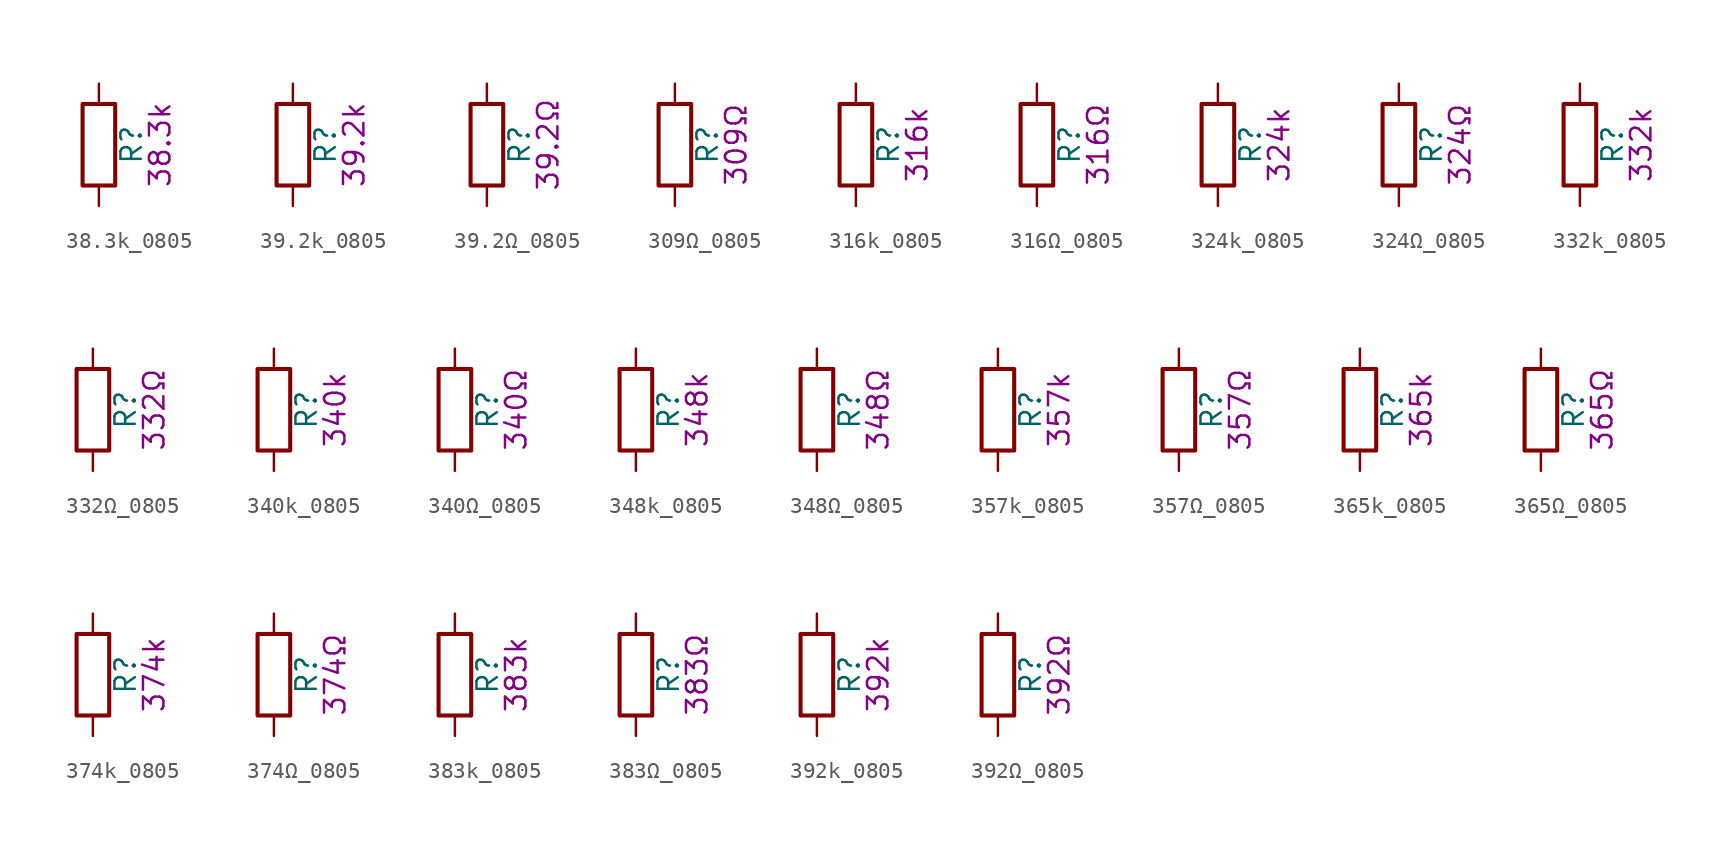
<source format=kicad_sym>
(kicad_symbol_lib
  (version 20211014)
  (generator kicad_symbol_editor)
  (symbol "38.3k_0805"
    (pin_numbers hide)
    (pin_names
      (offset 0))
    (property "Reference" "R"
      (at 2.032 0 90)
      (effects (font (size 1.27 1.27))))
    (property "Display" "38.3k"
      (at 3.81 0 90)
      (effects (font (size 1.27 1.27))))
    (symbol "38.3k_0805_0_1"
      (rectangle (start -1.016 -2.54) (end 1.016 2.54) (stroke (width 0.254) (type default) (color 0 0 0 0)) (fill (type none))))
    (symbol "38.3k_0805_1_1"
      (pin passive line (at 0 3.81 270) (length 1.27) (name "~" (effects (font (size 1.27 1.27)))) (number "1" (effects (font (size 1.27 1.27)))))
      (pin passive line (at 0 -3.81 90) (length 1.27) (name "~" (effects (font (size 1.27 1.27)))) (number "2" (effects (font (size 1.27 1.27)))))))
  (symbol "39.2k_0805"
    (pin_numbers hide)
    (pin_names
      (offset 0))
    (property "Reference" "R"
      (at 2.032 0 90)
      (effects (font (size 1.27 1.27))))
    (property "Display" "39.2k"
      (at 3.81 0 90)
      (effects (font (size 1.27 1.27))))
    (symbol "39.2k_0805_0_1"
      (rectangle (start -1.016 -2.54) (end 1.016 2.54) (stroke (width 0.254) (type default) (color 0 0 0 0)) (fill (type none))))
    (symbol "39.2k_0805_1_1"
      (pin passive line (at 0 3.81 270) (length 1.27) (name "~" (effects (font (size 1.27 1.27)))) (number "1" (effects (font (size 1.27 1.27)))))
      (pin passive line (at 0 -3.81 90) (length 1.27) (name "~" (effects (font (size 1.27 1.27)))) (number "2" (effects (font (size 1.27 1.27)))))))
  (symbol "39.2Ω_0805"
    (pin_numbers hide)
    (pin_names
      (offset 0))
    (property "Reference" "R"
      (at 2.032 0 90)
      (effects (font (size 1.27 1.27))))
    (property "Display" "39.2Ω"
      (at 3.81 0 90)
      (effects (font (size 1.27 1.27))))
    (symbol "39.2Ω_0805_0_1"
      (rectangle (start -1.016 -2.54) (end 1.016 2.54) (stroke (width 0.254) (type default) (color 0 0 0 0)) (fill (type none))))
    (symbol "39.2Ω_0805_1_1"
      (pin passive line (at 0 3.81 270) (length 1.27) (name "~" (effects (font (size 1.27 1.27)))) (number "1" (effects (font (size 1.27 1.27)))))
      (pin passive line (at 0 -3.81 90) (length 1.27) (name "~" (effects (font (size 1.27 1.27)))) (number "2" (effects (font (size 1.27 1.27)))))))
  (symbol "309Ω_0805"
    (pin_numbers hide)
    (pin_names
      (offset 0))
    (property "Reference" "R"
      (at 2.032 0 90)
      (effects (font (size 1.27 1.27))))
    (property "Display" "309Ω"
      (at 3.81 0 90)
      (effects (font (size 1.27 1.27))))
    (symbol "309Ω_0805_0_1"
      (rectangle (start -1.016 -2.54) (end 1.016 2.54) (stroke (width 0.254) (type default) (color 0 0 0 0)) (fill (type none))))
    (symbol "309Ω_0805_1_1"
      (pin passive line (at 0 3.81 270) (length 1.27) (name "~" (effects (font (size 1.27 1.27)))) (number "1" (effects (font (size 1.27 1.27)))))
      (pin passive line (at 0 -3.81 90) (length 1.27) (name "~" (effects (font (size 1.27 1.27)))) (number "2" (effects (font (size 1.27 1.27)))))))
  (symbol "316k_0805"
    (pin_numbers hide)
    (pin_names
      (offset 0))
    (property "Reference" "R"
      (at 2.032 0 90)
      (effects (font (size 1.27 1.27))))
    (property "Display" "316k"
      (at 3.81 0 90)
      (effects (font (size 1.27 1.27))))
    (symbol "316k_0805_0_1"
      (rectangle (start -1.016 -2.54) (end 1.016 2.54) (stroke (width 0.254) (type default) (color 0 0 0 0)) (fill (type none))))
    (symbol "316k_0805_1_1"
      (pin passive line (at 0 3.81 270) (length 1.27) (name "~" (effects (font (size 1.27 1.27)))) (number "1" (effects (font (size 1.27 1.27)))))
      (pin passive line (at 0 -3.81 90) (length 1.27) (name "~" (effects (font (size 1.27 1.27)))) (number "2" (effects (font (size 1.27 1.27)))))))
  (symbol "316Ω_0805"
    (pin_numbers hide)
    (pin_names
      (offset 0))
    (property "Reference" "R"
      (at 2.032 0 90)
      (effects (font (size 1.27 1.27))))
    (property "Display" "316Ω"
      (at 3.81 0 90)
      (effects (font (size 1.27 1.27))))
    (symbol "316Ω_0805_0_1"
      (rectangle (start -1.016 -2.54) (end 1.016 2.54) (stroke (width 0.254) (type default) (color 0 0 0 0)) (fill (type none))))
    (symbol "316Ω_0805_1_1"
      (pin passive line (at 0 3.81 270) (length 1.27) (name "~" (effects (font (size 1.27 1.27)))) (number "1" (effects (font (size 1.27 1.27)))))
      (pin passive line (at 0 -3.81 90) (length 1.27) (name "~" (effects (font (size 1.27 1.27)))) (number "2" (effects (font (size 1.27 1.27)))))))
  (symbol "324k_0805"
    (pin_numbers hide)
    (pin_names
      (offset 0))
    (property "Reference" "R"
      (at 2.032 0 90)
      (effects (font (size 1.27 1.27))))
    (property "Display" "324k"
      (at 3.81 0 90)
      (effects (font (size 1.27 1.27))))
    (symbol "324k_0805_0_1"
      (rectangle (start -1.016 -2.54) (end 1.016 2.54) (stroke (width 0.254) (type default) (color 0 0 0 0)) (fill (type none))))
    (symbol "324k_0805_1_1"
      (pin passive line (at 0 3.81 270) (length 1.27) (name "~" (effects (font (size 1.27 1.27)))) (number "1" (effects (font (size 1.27 1.27)))))
      (pin passive line (at 0 -3.81 90) (length 1.27) (name "~" (effects (font (size 1.27 1.27)))) (number "2" (effects (font (size 1.27 1.27)))))))
  (symbol "324Ω_0805"
    (pin_numbers hide)
    (pin_names
      (offset 0))
    (property "Reference" "R"
      (at 2.032 0 90)
      (effects (font (size 1.27 1.27))))
    (property "Display" "324Ω"
      (at 3.81 0 90)
      (effects (font (size 1.27 1.27))))
    (symbol "324Ω_0805_0_1"
      (rectangle (start -1.016 -2.54) (end 1.016 2.54) (stroke (width 0.254) (type default) (color 0 0 0 0)) (fill (type none))))
    (symbol "324Ω_0805_1_1"
      (pin passive line (at 0 3.81 270) (length 1.27) (name "~" (effects (font (size 1.27 1.27)))) (number "1" (effects (font (size 1.27 1.27)))))
      (pin passive line (at 0 -3.81 90) (length 1.27) (name "~" (effects (font (size 1.27 1.27)))) (number "2" (effects (font (size 1.27 1.27)))))))
  (symbol "332k_0805"
    (pin_numbers hide)
    (pin_names
      (offset 0))
    (property "Reference" "R"
      (at 2.032 0 90)
      (effects (font (size 1.27 1.27))))
    (property "Display" "332k"
      (at 3.81 0 90)
      (effects (font (size 1.27 1.27))))
    (symbol "332k_0805_0_1"
      (rectangle (start -1.016 -2.54) (end 1.016 2.54) (stroke (width 0.254) (type default) (color 0 0 0 0)) (fill (type none))))
    (symbol "332k_0805_1_1"
      (pin passive line (at 0 3.81 270) (length 1.27) (name "~" (effects (font (size 1.27 1.27)))) (number "1" (effects (font (size 1.27 1.27)))))
      (pin passive line (at 0 -3.81 90) (length 1.27) (name "~" (effects (font (size 1.27 1.27)))) (number "2" (effects (font (size 1.27 1.27)))))))
  (symbol "332Ω_0805"
    (pin_numbers hide)
    (pin_names
      (offset 0))
    (property "Reference" "R"
      (at 2.032 0 90)
      (effects (font (size 1.27 1.27))))
    (property "Display" "332Ω"
      (at 3.81 0 90)
      (effects (font (size 1.27 1.27))))
    (symbol "332Ω_0805_0_1"
      (rectangle (start -1.016 -2.54) (end 1.016 2.54) (stroke (width 0.254) (type default) (color 0 0 0 0)) (fill (type none))))
    (symbol "332Ω_0805_1_1"
      (pin passive line (at 0 3.81 270) (length 1.27) (name "~" (effects (font (size 1.27 1.27)))) (number "1" (effects (font (size 1.27 1.27)))))
      (pin passive line (at 0 -3.81 90) (length 1.27) (name "~" (effects (font (size 1.27 1.27)))) (number "2" (effects (font (size 1.27 1.27)))))))
  (symbol "340k_0805"
    (pin_numbers hide)
    (pin_names
      (offset 0))
    (property "Reference" "R"
      (at 2.032 0 90)
      (effects (font (size 1.27 1.27))))
    (property "Display" "340k"
      (at 3.81 0 90)
      (effects (font (size 1.27 1.27))))
    (symbol "340k_0805_0_1"
      (rectangle (start -1.016 -2.54) (end 1.016 2.54) (stroke (width 0.254) (type default) (color 0 0 0 0)) (fill (type none))))
    (symbol "340k_0805_1_1"
      (pin passive line (at 0 3.81 270) (length 1.27) (name "~" (effects (font (size 1.27 1.27)))) (number "1" (effects (font (size 1.27 1.27)))))
      (pin passive line (at 0 -3.81 90) (length 1.27) (name "~" (effects (font (size 1.27 1.27)))) (number "2" (effects (font (size 1.27 1.27)))))))
  (symbol "340Ω_0805"
    (pin_numbers hide)
    (pin_names
      (offset 0))
    (property "Reference" "R"
      (at 2.032 0 90)
      (effects (font (size 1.27 1.27))))
    (property "Display" "340Ω"
      (at 3.81 0 90)
      (effects (font (size 1.27 1.27))))
    (symbol "340Ω_0805_0_1"
      (rectangle (start -1.016 -2.54) (end 1.016 2.54) (stroke (width 0.254) (type default) (color 0 0 0 0)) (fill (type none))))
    (symbol "340Ω_0805_1_1"
      (pin passive line (at 0 3.81 270) (length 1.27) (name "~" (effects (font (size 1.27 1.27)))) (number "1" (effects (font (size 1.27 1.27)))))
      (pin passive line (at 0 -3.81 90) (length 1.27) (name "~" (effects (font (size 1.27 1.27)))) (number "2" (effects (font (size 1.27 1.27)))))))
  (symbol "348k_0805"
    (pin_numbers hide)
    (pin_names
      (offset 0))
    (property "Reference" "R"
      (at 2.032 0 90)
      (effects (font (size 1.27 1.27))))
    (property "Display" "348k"
      (at 3.81 0 90)
      (effects (font (size 1.27 1.27))))
    (symbol "348k_0805_0_1"
      (rectangle (start -1.016 -2.54) (end 1.016 2.54) (stroke (width 0.254) (type default) (color 0 0 0 0)) (fill (type none))))
    (symbol "348k_0805_1_1"
      (pin passive line (at 0 3.81 270) (length 1.27) (name "~" (effects (font (size 1.27 1.27)))) (number "1" (effects (font (size 1.27 1.27)))))
      (pin passive line (at 0 -3.81 90) (length 1.27) (name "~" (effects (font (size 1.27 1.27)))) (number "2" (effects (font (size 1.27 1.27)))))))
  (symbol "348Ω_0805"
    (pin_numbers hide)
    (pin_names
      (offset 0))
    (property "Reference" "R"
      (at 2.032 0 90)
      (effects (font (size 1.27 1.27))))
    (property "Display" "348Ω"
      (at 3.81 0 90)
      (effects (font (size 1.27 1.27))))
    (symbol "348Ω_0805_0_1"
      (rectangle (start -1.016 -2.54) (end 1.016 2.54) (stroke (width 0.254) (type default) (color 0 0 0 0)) (fill (type none))))
    (symbol "348Ω_0805_1_1"
      (pin passive line (at 0 3.81 270) (length 1.27) (name "~" (effects (font (size 1.27 1.27)))) (number "1" (effects (font (size 1.27 1.27)))))
      (pin passive line (at 0 -3.81 90) (length 1.27) (name "~" (effects (font (size 1.27 1.27)))) (number "2" (effects (font (size 1.27 1.27)))))))
  (symbol "357k_0805"
    (pin_numbers hide)
    (pin_names
      (offset 0))
    (property "Reference" "R"
      (at 2.032 0 90)
      (effects (font (size 1.27 1.27))))
    (property "Display" "357k"
      (at 3.81 0 90)
      (effects (font (size 1.27 1.27))))
    (symbol "357k_0805_0_1"
      (rectangle (start -1.016 -2.54) (end 1.016 2.54) (stroke (width 0.254) (type default) (color 0 0 0 0)) (fill (type none))))
    (symbol "357k_0805_1_1"
      (pin passive line (at 0 3.81 270) (length 1.27) (name "~" (effects (font (size 1.27 1.27)))) (number "1" (effects (font (size 1.27 1.27)))))
      (pin passive line (at 0 -3.81 90) (length 1.27) (name "~" (effects (font (size 1.27 1.27)))) (number "2" (effects (font (size 1.27 1.27)))))))
  (symbol "357Ω_0805"
    (pin_numbers hide)
    (pin_names
      (offset 0))
    (property "Reference" "R"
      (at 2.032 0 90)
      (effects (font (size 1.27 1.27))))
    (property "Display" "357Ω"
      (at 3.81 0 90)
      (effects (font (size 1.27 1.27))))
    (symbol "357Ω_0805_0_1"
      (rectangle (start -1.016 -2.54) (end 1.016 2.54) (stroke (width 0.254) (type default) (color 0 0 0 0)) (fill (type none))))
    (symbol "357Ω_0805_1_1"
      (pin passive line (at 0 3.81 270) (length 1.27) (name "~" (effects (font (size 1.27 1.27)))) (number "1" (effects (font (size 1.27 1.27)))))
      (pin passive line (at 0 -3.81 90) (length 1.27) (name "~" (effects (font (size 1.27 1.27)))) (number "2" (effects (font (size 1.27 1.27)))))))
  (symbol "365k_0805"
    (pin_numbers hide)
    (pin_names
      (offset 0))
    (property "Reference" "R"
      (at 2.032 0 90)
      (effects (font (size 1.27 1.27))))
    (property "Display" "365k"
      (at 3.81 0 90)
      (effects (font (size 1.27 1.27))))
    (symbol "365k_0805_0_1"
      (rectangle (start -1.016 -2.54) (end 1.016 2.54) (stroke (width 0.254) (type default) (color 0 0 0 0)) (fill (type none))))
    (symbol "365k_0805_1_1"
      (pin passive line (at 0 3.81 270) (length 1.27) (name "~" (effects (font (size 1.27 1.27)))) (number "1" (effects (font (size 1.27 1.27)))))
      (pin passive line (at 0 -3.81 90) (length 1.27) (name "~" (effects (font (size 1.27 1.27)))) (number "2" (effects (font (size 1.27 1.27)))))))
  (symbol "365Ω_0805"
    (pin_numbers hide)
    (pin_names
      (offset 0))
    (property "Reference" "R"
      (at 2.032 0 90)
      (effects (font (size 1.27 1.27))))
    (property "Display" "365Ω"
      (at 3.81 0 90)
      (effects (font (size 1.27 1.27))))
    (symbol "365Ω_0805_0_1"
      (rectangle (start -1.016 -2.54) (end 1.016 2.54) (stroke (width 0.254) (type default) (color 0 0 0 0)) (fill (type none))))
    (symbol "365Ω_0805_1_1"
      (pin passive line (at 0 3.81 270) (length 1.27) (name "~" (effects (font (size 1.27 1.27)))) (number "1" (effects (font (size 1.27 1.27)))))
      (pin passive line (at 0 -3.81 90) (length 1.27) (name "~" (effects (font (size 1.27 1.27)))) (number "2" (effects (font (size 1.27 1.27)))))))
  (symbol "374k_0805"
    (pin_numbers hide)
    (pin_names
      (offset 0))
    (property "Reference" "R"
      (at 2.032 0 90)
      (effects (font (size 1.27 1.27))))
    (property "Display" "374k"
      (at 3.81 0 90)
      (effects (font (size 1.27 1.27))))
    (symbol "374k_0805_0_1"
      (rectangle (start -1.016 -2.54) (end 1.016 2.54) (stroke (width 0.254) (type default) (color 0 0 0 0)) (fill (type none))))
    (symbol "374k_0805_1_1"
      (pin passive line (at 0 3.81 270) (length 1.27) (name "~" (effects (font (size 1.27 1.27)))) (number "1" (effects (font (size 1.27 1.27)))))
      (pin passive line (at 0 -3.81 90) (length 1.27) (name "~" (effects (font (size 1.27 1.27)))) (number "2" (effects (font (size 1.27 1.27)))))))
  (symbol "374Ω_0805"
    (pin_numbers hide)
    (pin_names
      (offset 0))
    (property "Reference" "R"
      (at 2.032 0 90)
      (effects (font (size 1.27 1.27))))
    (property "Display" "374Ω"
      (at 3.81 0 90)
      (effects (font (size 1.27 1.27))))
    (symbol "374Ω_0805_0_1"
      (rectangle (start -1.016 -2.54) (end 1.016 2.54) (stroke (width 0.254) (type default) (color 0 0 0 0)) (fill (type none))))
    (symbol "374Ω_0805_1_1"
      (pin passive line (at 0 3.81 270) (length 1.27) (name "~" (effects (font (size 1.27 1.27)))) (number "1" (effects (font (size 1.27 1.27)))))
      (pin passive line (at 0 -3.81 90) (length 1.27) (name "~" (effects (font (size 1.27 1.27)))) (number "2" (effects (font (size 1.27 1.27)))))))
  (symbol "383k_0805"
    (pin_numbers hide)
    (pin_names
      (offset 0))
    (property "Reference" "R"
      (at 2.032 0 90)
      (effects (font (size 1.27 1.27))))
    (property "Display" "383k"
      (at 3.81 0 90)
      (effects (font (size 1.27 1.27))))
    (symbol "383k_0805_0_1"
      (rectangle (start -1.016 -2.54) (end 1.016 2.54) (stroke (width 0.254) (type default) (color 0 0 0 0)) (fill (type none))))
    (symbol "383k_0805_1_1"
      (pin passive line (at 0 3.81 270) (length 1.27) (name "~" (effects (font (size 1.27 1.27)))) (number "1" (effects (font (size 1.27 1.27)))))
      (pin passive line (at 0 -3.81 90) (length 1.27) (name "~" (effects (font (size 1.27 1.27)))) (number "2" (effects (font (size 1.27 1.27)))))))
  (symbol "383Ω_0805"
    (pin_numbers hide)
    (pin_names
      (offset 0))
    (property "Reference" "R"
      (at 2.032 0 90)
      (effects (font (size 1.27 1.27))))
    (property "Display" "383Ω"
      (at 3.81 0 90)
      (effects (font (size 1.27 1.27))))
    (symbol "383Ω_0805_0_1"
      (rectangle (start -1.016 -2.54) (end 1.016 2.54) (stroke (width 0.254) (type default) (color 0 0 0 0)) (fill (type none))))
    (symbol "383Ω_0805_1_1"
      (pin passive line (at 0 3.81 270) (length 1.27) (name "~" (effects (font (size 1.27 1.27)))) (number "1" (effects (font (size 1.27 1.27)))))
      (pin passive line (at 0 -3.81 90) (length 1.27) (name "~" (effects (font (size 1.27 1.27)))) (number "2" (effects (font (size 1.27 1.27)))))))
  (symbol "392k_0805"
    (pin_numbers hide)
    (pin_names
      (offset 0))
    (property "Reference" "R"
      (at 2.032 0 90)
      (effects (font (size 1.27 1.27))))
    (property "Display" "392k"
      (at 3.81 0 90)
      (effects (font (size 1.27 1.27))))
    (symbol "392k_0805_0_1"
      (rectangle (start -1.016 -2.54) (end 1.016 2.54) (stroke (width 0.254) (type default) (color 0 0 0 0)) (fill (type none))))
    (symbol "392k_0805_1_1"
      (pin passive line (at 0 3.81 270) (length 1.27) (name "~" (effects (font (size 1.27 1.27)))) (number "1" (effects (font (size 1.27 1.27)))))
      (pin passive line (at 0 -3.81 90) (length 1.27) (name "~" (effects (font (size 1.27 1.27)))) (number "2" (effects (font (size 1.27 1.27)))))))
  (symbol "392Ω_0805"
    (pin_numbers hide)
    (pin_names
      (offset 0))
    (property "Reference" "R"
      (at 2.032 0 90)
      (effects (font (size 1.27 1.27))))
    (property "Display" "392Ω"
      (at 3.81 0 90)
      (effects (font (size 1.27 1.27))))
    (symbol "392Ω_0805_0_1"
      (rectangle (start -1.016 -2.54) (end 1.016 2.54) (stroke (width 0.254) (type default) (color 0 0 0 0)) (fill (type none))))
    (symbol "392Ω_0805_1_1"
      (pin passive line (at 0 3.81 270) (length 1.27) (name "~" (effects (font (size 1.27 1.27)))) (number "1" (effects (font (size 1.27 1.27)))))
      (pin passive line (at 0 -3.81 90) (length 1.27) (name "~" (effects (font (size 1.27 1.27)))) (number "2" (effects (font (size 1.27 1.27))))))))
</source>
